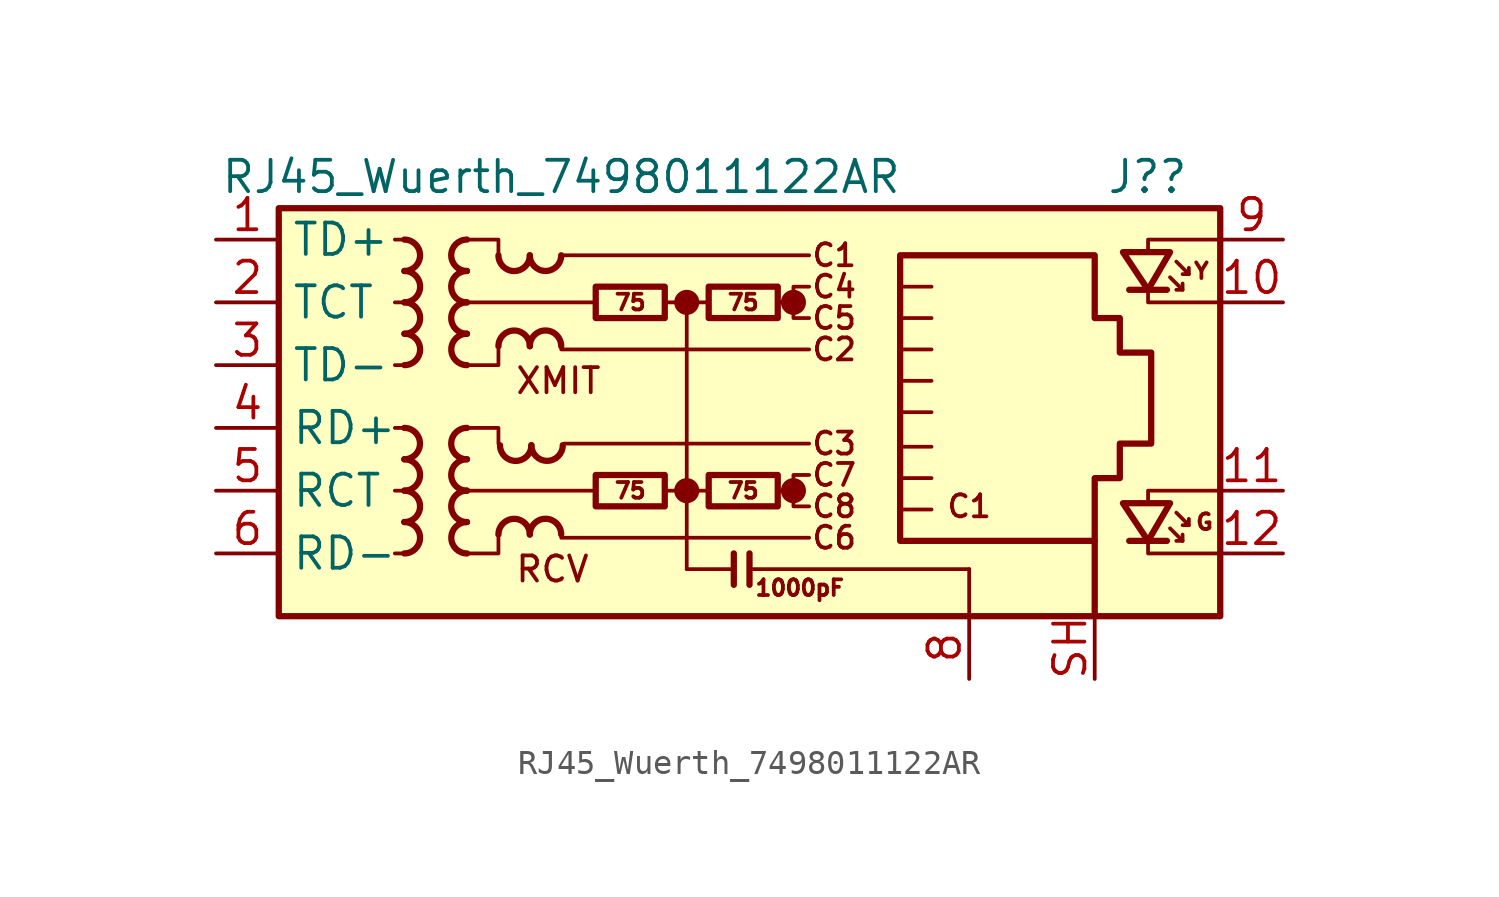
<source format=kicad_sym>
(kicad_symbol_lib
  (version 20231120)
  (generator "kicad_symbol_editor")
  (generator_version "8.0")
  (symbol "RJ45_Wuerth_7498011122AR"
    (property "Reference" "J?"
      (at 19.05 10.16 0)
      (effects (font (size 1.27 1.27)) (justify right)))
    (property "Value" "RJ45_Wuerth_7498011122AR"
      (at -6.35 10.16 0)
      (effects (font (size 1.27 1.27))))
    (symbol "RJ45_Wuerth_7498011122AR_0_0"
      (circle (center -1.27 -2.54) (radius 0.0001) (stroke (width 0.508) (type default)) (fill (type none)))
      (circle (center -1.27 5.08) (radius 0.0001) (stroke (width 0.508) (type default)) (fill (type none)))
      (polyline (pts (xy -1.27 5.08) (xy -1.27 -5.715)) (stroke (width 0) (type default)) (fill (type none)))
      (polyline (pts (xy 0.635 -5.08) (xy 0.635 -6.35)) (stroke (width 0.254) (type default)) (fill (type none)))
      (polyline (pts (xy 1.27 -5.08) (xy 1.27 -6.35)) (stroke (width 0.254) (type default)) (fill (type none)))
      (polyline (pts (xy 3.048 -2.54) (xy 2.54 -2.54)) (stroke (width 0) (type default)) (fill (type none)))
      (polyline (pts (xy 3.048 5.08) (xy 2.54 5.08)) (stroke (width 0) (type default)) (fill (type none)))
      (polyline (pts (xy 17.399 -3.048) (xy 17.399 -2.54) (xy 20.32 -2.54)) (stroke (width 0) (type default)) (fill (type none)))
      (polyline (pts (xy 17.399 7.112) (xy 17.399 7.62) (xy 20.32 7.62)) (stroke (width 0) (type default)) (fill (type none)))
      (polyline (pts (xy 20.32 -5.08) (xy 17.399 -5.08) (xy 17.399 -4.572)) (stroke (width 0) (type default)) (fill (type none)))
      (polyline (pts (xy 20.32 5.08) (xy 17.399 5.08) (xy 17.399 5.588)) (stroke (width 0) (type default)) (fill (type none)))
      (polyline (pts (xy 3.683 -1.905) (xy 3.048 -1.905) (xy 3.048 -3.175) (xy 3.683 -3.175)) (stroke (width 0) (type default)) (fill (type none)))
      (polyline (pts (xy 3.683 5.715) (xy 3.048 5.715) (xy 3.048 4.445) (xy 3.683 4.445)) (stroke (width 0) (type default)) (fill (type none)))
      (circle (center 3.048 -2.54) (radius 0.0001) (stroke (width 0.508) (type default)) (fill (type none)))
      (circle (center 3.048 5.08) (radius 0.0001) (stroke (width 0.508) (type default)) (fill (type none)))
      (text "C1" (at 4.699 6.985 0) (effects (font (size 0.889 0.889))))
      (text "C1" (at 10.16 -3.175 0) (effects (font (size 0.889 0.889))))
      (text "C2" (at 4.699 3.175 0) (effects (font (size 0.889 0.889))))
      (text "C3" (at 4.699 -0.635 0) (effects (font (size 0.889 0.889))))
      (text "C4" (at 4.699 5.715 0) (effects (font (size 0.889 0.889))))
      (text "C5" (at 4.699 4.445 0) (effects (font (size 0.889 0.889))))
      (text "C6" (at 4.699 -4.445 0) (effects (font (size 0.889 0.889))))
      (text "C7" (at 4.699 -1.905 0) (effects (font (size 0.889 0.889))))
      (text "C8" (at 4.699 -3.175 0) (effects (font (size 0.889 0.889))))
      (text "RCV" (at -8.255 -5.715 0) (effects (font (size 1.016 1.016)) (justify left)))
      (text "XMIT" (at -8.255 1.905 0) (effects (font (size 1.016 1.016)) (justify left))))
    (symbol "RJ45_Wuerth_7498011122AR_0_1"
      (rectangle (start -17.78 8.89) (end 20.32 -7.62) (stroke (width 0.254) (type default)) (fill (type background)))
      (polyline (pts (xy -12.7 -5.08) (xy -13.081 -5.08)) (stroke (width 0) (type default)) (fill (type none)))
      (polyline (pts (xy -12.7 -2.54) (xy -13.081 -2.54)) (stroke (width 0) (type default)) (fill (type none)))
      (polyline (pts (xy -12.7 0) (xy -13.081 0)) (stroke (width 0) (type default)) (fill (type none)))
      (polyline (pts (xy -12.7 2.54) (xy -13.081 2.54)) (stroke (width 0) (type default)) (fill (type none)))
      (polyline (pts (xy -12.7 5.08) (xy -13.081 5.08)) (stroke (width 0) (type default)) (fill (type none)))
      (polyline (pts (xy -12.7 7.62) (xy -13.081 7.62)) (stroke (width 0) (type default)) (fill (type none)))
      (polyline (pts (xy -6.35 -4.445) (xy 3.683 -4.445)) (stroke (width 0) (type default)) (fill (type none)))
      (polyline (pts (xy -6.35 3.175) (xy 3.683 3.175)) (stroke (width 0) (type default)) (fill (type none)))
      (polyline (pts (xy -6.35 6.985) (xy 3.683 6.985)) (stroke (width 0) (type default)) (fill (type none)))
      (polyline (pts (xy -6.223 -0.635) (xy 3.683 -0.635)) (stroke (width 0) (type default)) (fill (type none)))
      (polyline (pts (xy -5.08 -2.54) (xy -10.16 -2.54)) (stroke (width 0) (type default)) (fill (type none)))
      (polyline (pts (xy -4.953 5.08) (xy -10.16 5.08)) (stroke (width 0) (type default)) (fill (type none)))
      (polyline (pts (xy -2.159 -2.54) (xy -0.381 -2.54)) (stroke (width 0) (type default)) (fill (type none)))
      (polyline (pts (xy -2.159 5.08) (xy -0.381 5.08)) (stroke (width 0) (type default)) (fill (type none)))
      (polyline (pts (xy 0.635 -5.715) (xy -1.27 -5.715)) (stroke (width 0) (type default)) (fill (type none)))
      (polyline (pts (xy 7.366 -2.032) (xy 8.636 -2.032)) (stroke (width 0) (type default)) (fill (type none)))
      (polyline (pts (xy 7.366 -0.762) (xy 8.636 -0.762)) (stroke (width 0) (type default)) (fill (type none)))
      (polyline (pts (xy 7.366 0.635) (xy 8.636 0.635)) (stroke (width 0) (type default)) (fill (type none)))
      (polyline (pts (xy 7.366 1.905) (xy 8.636 1.905)) (stroke (width 0) (type default)) (fill (type none)))
      (polyline (pts (xy 7.366 3.175) (xy 8.636 3.175)) (stroke (width 0) (type default)) (fill (type none)))
      (polyline (pts (xy 8.636 -3.302) (xy 7.366 -3.302)) (stroke (width 0) (type default)) (fill (type none)))
      (polyline (pts (xy 8.636 4.445) (xy 7.366 4.445)) (stroke (width 0) (type default)) (fill (type none)))
      (polyline (pts (xy 8.636 5.715) (xy 7.366 5.715)) (stroke (width 0) (type default)) (fill (type none)))
      (polyline (pts (xy 10.16 -5.715) (xy 1.27 -5.715)) (stroke (width 0) (type default)) (fill (type none)))
      (polyline (pts (xy 10.16 -5.715) (xy 10.16 -7.62)) (stroke (width 0) (type default)) (fill (type none)))
      (polyline (pts (xy -10.16 0) (xy -8.89 0) (xy -8.89 -0.635)) (stroke (width 0) (type default)) (fill (type none)))
      (polyline (pts (xy -10.16 7.62) (xy -8.89 7.62) (xy -8.89 6.985)) (stroke (width 0) (type default)) (fill (type none)))
      (polyline (pts (xy -8.89 -4.445) (xy -8.89 -5.08) (xy -10.16 -5.08)) (stroke (width 0) (type default)) (fill (type none)))
      (polyline (pts (xy -8.89 3.175) (xy -8.89 2.54) (xy -10.16 2.54)) (stroke (width 0) (type default)) (fill (type none))))
    (symbol "RJ45_Wuerth_7498011122AR_1_0"
      (text "1000pF" (at 3.302 -6.477 0) (effects (font (size 0.635 0.635)))))
    (symbol "RJ45_Wuerth_7498011122AR_1_1"
      (arc (start -12.7 -1.27) (mid -12.0677 -0.635) (end -12.7 0) (stroke (width 0.254) (type default)) (fill (type none)))
      (arc (start -12.6973 -5.08) (mid -12.065 -4.445) (end -12.6973 -3.81) (stroke (width 0.254) (type default)) (fill (type none)))
      (arc (start -12.6973 -3.81) (mid -12.065 -3.175) (end -12.6973 -2.54) (stroke (width 0.254) (type default)) (fill (type none)))
      (arc (start -12.6973 -2.54) (mid -12.065 -1.905) (end -12.6973 -1.27) (stroke (width 0.254) (type default)) (fill (type none)))
      (arc (start -12.6973 6.35) (mid -12.065 6.985) (end -12.6973 7.62) (stroke (width 0.254) (type default)) (fill (type none)))
      (arc (start -12.6946 2.54) (mid -12.0623 3.175) (end -12.6946 3.81) (stroke (width 0.254) (type default)) (fill (type none)))
      (arc (start -12.6946 3.81) (mid -12.0623 4.445) (end -12.6946 5.08) (stroke (width 0.254) (type default)) (fill (type none)))
      (arc (start -12.6946 5.08) (mid -12.0623 5.715) (end -12.6946 6.35) (stroke (width 0.254) (type default)) (fill (type none)))
      (arc (start -10.1654 -2.54) (mid -10.7977 -3.175) (end -10.1654 -3.81) (stroke (width 0.254) (type default)) (fill (type none)))
      (arc (start -10.1654 -1.27) (mid -10.7977 -1.905) (end -10.1654 -2.54) (stroke (width 0.254) (type default)) (fill (type none)))
      (arc (start -10.1654 0) (mid -10.7977 -0.635) (end -10.1654 -1.27) (stroke (width 0.254) (type default)) (fill (type none)))
      (arc (start -10.1654 5.08) (mid -10.7977 4.445) (end -10.1654 3.81) (stroke (width 0.254) (type default)) (fill (type none)))
      (arc (start -10.1654 6.35) (mid -10.7977 5.715) (end -10.1654 5.08) (stroke (width 0.254) (type default)) (fill (type none)))
      (arc (start -10.1654 7.62) (mid -10.7977 6.985) (end -10.1654 6.35) (stroke (width 0.254) (type default)) (fill (type none)))
      (arc (start -10.1627 -3.81) (mid -10.795 -4.445) (end -10.1627 -5.08) (stroke (width 0.254) (type default)) (fill (type none)))
      (arc (start -10.1627 3.81) (mid -10.795 3.175) (end -10.1627 2.54) (stroke (width 0.254) (type default)) (fill (type none)))
      (arc (start -8.89 6.9823) (mid -8.255 6.35) (end -7.62 6.9823) (stroke (width 0.254) (type default)) (fill (type none)))
      (arc (start -8.8265 -0.7012) (mid -8.1915 -1.3335) (end -7.5565 -0.7012) (stroke (width 0.254) (type default)) (fill (type none)))
      (arc (start -7.62 -4.3153) (mid -8.255 -3.683) (end -8.89 -4.3153) (stroke (width 0.254) (type default)) (fill (type none)))
      (arc (start -7.62 3.3047) (mid -8.255 3.937) (end -8.89 3.3047) (stroke (width 0.254) (type default)) (fill (type none)))
      (arc (start -7.62 6.985) (mid -6.985 6.3527) (end -6.35 6.985) (stroke (width 0.254) (type default)) (fill (type none)))
      (arc (start -7.5565 -0.6985) (mid -6.9215 -1.3308) (end -6.2865 -0.6985) (stroke (width 0.254) (type default)) (fill (type none)))
      (arc (start -6.35 -4.3126) (mid -6.985 -3.6803) (end -7.62 -4.3126) (stroke (width 0.254) (type default)) (fill (type none)))
      (arc (start -6.35 3.3074) (mid -6.985 3.9397) (end -7.62 3.3074) (stroke (width 0.254) (type default)) (fill (type none)))
      (rectangle (start -4.953 -1.905) (end -2.159 -3.175) (stroke (width 0.254) (type default)) (fill (type none)))
      (rectangle (start -4.953 5.715) (end -2.159 4.445) (stroke (width 0.254) (type default)) (fill (type none)))
      (rectangle (start -0.381 -1.905) (end 2.413 -3.175) (stroke (width 0.254) (type default)) (fill (type none)))
      (rectangle (start -0.381 5.715) (end 2.413 4.445) (stroke (width 0.254) (type default)) (fill (type none)))
      (polyline (pts (xy 15.24 -7.62) (xy 15.24 -4.572)) (stroke (width 0.254) (type default)) (fill (type none)))
      (polyline (pts (xy 18.161 -4.572) (xy 16.637 -4.572)) (stroke (width 0.254) (type default)) (fill (type none)))
      (polyline (pts (xy 18.161 5.588) (xy 16.637 5.588)) (stroke (width 0.254) (type default)) (fill (type none)))
      (polyline (pts (xy 18.796 -4.572) (xy 18.796 -4.318)) (stroke (width 0) (type default)) (fill (type none)))
      (polyline (pts (xy 18.796 5.588) (xy 18.796 5.842)) (stroke (width 0) (type default)) (fill (type none)))
      (polyline (pts (xy 19.05 -3.937) (xy 19.05 -3.683)) (stroke (width 0) (type default)) (fill (type none)))
      (polyline (pts (xy 19.05 6.223) (xy 19.05 6.477)) (stroke (width 0) (type default)) (fill (type none)))
      (polyline (pts (xy 18.288 -4.064) (xy 18.796 -4.572) (xy 18.542 -4.572)) (stroke (width 0) (type default)) (fill (type none)))
      (polyline (pts (xy 18.288 6.096) (xy 18.796 5.588) (xy 18.542 5.588)) (stroke (width 0) (type default)) (fill (type none)))
      (polyline (pts (xy 18.542 -3.429) (xy 19.05 -3.937) (xy 18.796 -3.937)) (stroke (width 0) (type default)) (fill (type none)))
      (polyline (pts (xy 18.542 6.731) (xy 19.05 6.223) (xy 18.796 6.223)) (stroke (width 0) (type default)) (fill (type none)))
      (polyline (pts (xy 18.288 -3.048) (xy 16.383 -3.048) (xy 17.399 -4.572) (xy 18.288 -3.048)) (stroke (width 0.254) (type default)) (fill (type none)))
      (polyline (pts (xy 18.288 7.112) (xy 16.383 7.112) (xy 17.399 5.588) (xy 18.288 7.112)) (stroke (width 0.254) (type default)) (fill (type none)))
      (polyline (pts (xy 7.366 -4.572) (xy 7.366 6.985) (xy 15.24 6.985) (xy 15.24 4.445) (xy 16.256 4.445) (xy 16.256 3.048) (xy 17.526 3.048) (xy 17.526 -0.635) (xy 16.256 -0.635) (xy 16.256 -2.032) (xy 15.24 -2.032) (xy 15.24 -4.572) (xy 7.366 -4.572)) (stroke (width 0.254) (type default)) (fill (type none)))
      (text "75" (at -3.556 -2.54 0) (effects (font (size 0.635 0.635))))
      (text "75" (at -3.556 5.08 0) (effects (font (size 0.635 0.635))))
      (text "75" (at 1.016 -2.54 0) (effects (font (size 0.635 0.635))))
      (text "75" (at 1.016 5.08 0) (effects (font (size 0.635 0.635))))
      (text "G" (at 19.685 -3.81 0) (effects (font (size 0.635 0.635))))
      (text "Y" (at 19.558 6.35 0) (effects (font (size 0.635 0.635))))
      (pin passive line (at -20.32 7.62 0) (length 2.54) (name "TD+" (effects (font (size 1.27 1.27)))) (number "1" (effects (font (size 1.27 1.27)))))
      (pin passive line (at 22.86 5.08 180) (length 2.54) (name "" (effects (font (size 1.27 1.27)))) (number "10" (effects (font (size 1.27 1.27)))))
      (pin passive line (at 22.86 -2.54 180) (length 2.54) (name "" (effects (font (size 1.27 1.27)))) (number "11" (effects (font (size 1.27 1.27)))))
      (pin passive line (at 22.86 -5.08 180) (length 2.54) (name "" (effects (font (size 1.27 1.27)))) (number "12" (effects (font (size 1.27 1.27)))))
      (pin passive line (at -20.32 5.08 0) (length 2.54) (name "TCT" (effects (font (size 1.27 1.27)))) (number "2" (effects (font (size 1.27 1.27)))))
      (pin passive line (at -20.32 2.54 0) (length 2.54) (name "TD-" (effects (font (size 1.27 1.27)))) (number "3" (effects (font (size 1.27 1.27)))))
      (pin passive line (at -20.32 0 0) (length 2.54) (name "RD+" (effects (font (size 1.27 1.27)))) (number "4" (effects (font (size 1.27 1.27)))))
      (pin passive line (at -20.32 -2.54 0) (length 2.54) (name "RCT" (effects (font (size 1.27 1.27)))) (number "5" (effects (font (size 1.27 1.27)))))
      (pin passive line (at -20.32 -5.08 0) (length 2.54) (name "RD-" (effects (font (size 1.27 1.27)))) (number "6" (effects (font (size 1.27 1.27)))))
      (pin power_in line (at 10.16 -10.16 90) (length 2.54) (name "" (effects (font (size 1.27 1.27)))) (number "8" (effects (font (size 1.27 1.27)))))
      (pin passive line (at 22.86 7.62 180) (length 2.54) (name "" (effects (font (size 1.27 1.27)))) (number "9" (effects (font (size 1.27 1.27)))))
      (pin no_connect line (at 20.32 0 0) (length 0) hide (name "NC" (effects (font (size 1.27 1.27)))) (number "9" (effects (font (size 1.27 1.27)))))
      (pin passive line (at 15.24 -10.16 90) (length 2.54) (name "" (effects (font (size 1.27 1.27)))) (number "SH" (effects (font (size 1.27 1.27))))))))
</source>
